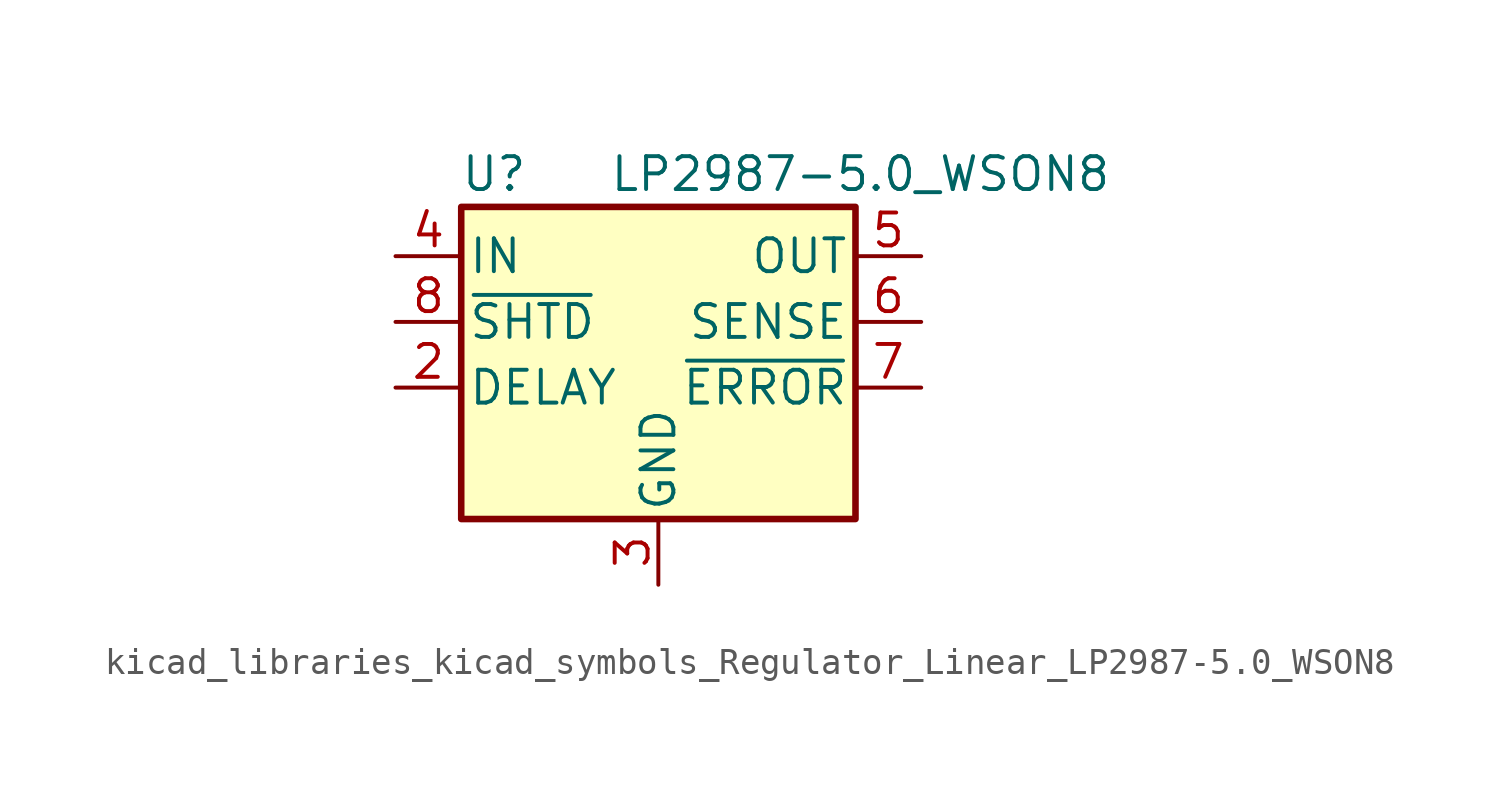
<source format=kicad_sym>
(kicad_symbol_lib
  (version 20220914)
  (generator kicad_symbol_editor)
  (symbol "kicad_libraries_kicad_symbols_Regulator_Linear_LP2987-5.0_WSON8"
    (pin_names
      (offset 0.254))
    (property "Reference" "U"
      (at -6.35 5.715 0)
      (effects (font (size 1.27 1.27))))
    (property "Value" "LP2987-5.0_WSON8"
      (at -1.905 5.715 0)
      (effects (font (size 1.27 1.27)) (justify left)))
    (symbol "kicad_libraries_kicad_symbols_Regulator_Linear_LP2987-5.0_WSON8_0_1"
      (rectangle (start -7.62 4.445) (end 7.62 -7.62) (stroke (width 0.254) (type default)) (fill (type background))))
    (symbol "kicad_libraries_kicad_symbols_Regulator_Linear_LP2987-5.0_WSON8_1_1"
      (pin no_connect line (at 2.54 -7.62 90) (length 2.54) hide (name "NC" (effects (font (size 1.27 1.27)))) (number "1" (effects (font (size 1.27 1.27)))))
      (pin passive line (at -10.16 -2.54 0) (length 2.54) (name "DELAY" (effects (font (size 1.27 1.27)))) (number "2" (effects (font (size 1.27 1.27)))))
      (pin power_in line (at 0 -10.16 90) (length 2.54) (name "GND" (effects (font (size 1.27 1.27)))) (number "3" (effects (font (size 1.27 1.27)))))
      (pin power_in line (at -10.16 2.54 0) (length 2.54) (name "IN" (effects (font (size 1.27 1.27)))) (number "4" (effects (font (size 1.27 1.27)))))
      (pin power_out line (at 10.16 2.54 180) (length 2.54) (name "OUT" (effects (font (size 1.27 1.27)))) (number "5" (effects (font (size 1.27 1.27)))))
      (pin input line (at 10.16 0 180) (length 2.54) (name "SENSE" (effects (font (size 1.27 1.27)))) (number "6" (effects (font (size 1.27 1.27)))))
      (pin output line (at 10.16 -2.54 180) (length 2.54) (name "~{ERROR}" (effects (font (size 1.27 1.27)))) (number "7" (effects (font (size 1.27 1.27)))))
      (pin input line (at -10.16 0 0) (length 2.54) (name "~{SHTD}" (effects (font (size 1.27 1.27)))) (number "8" (effects (font (size 1.27 1.27)))))
      (pin passive line (at 0 -10.16 90) (length 2.54) hide (name "GND" (effects (font (size 1.27 1.27)))) (number "9" (effects (font (size 1.27 1.27))))))))
</source>
